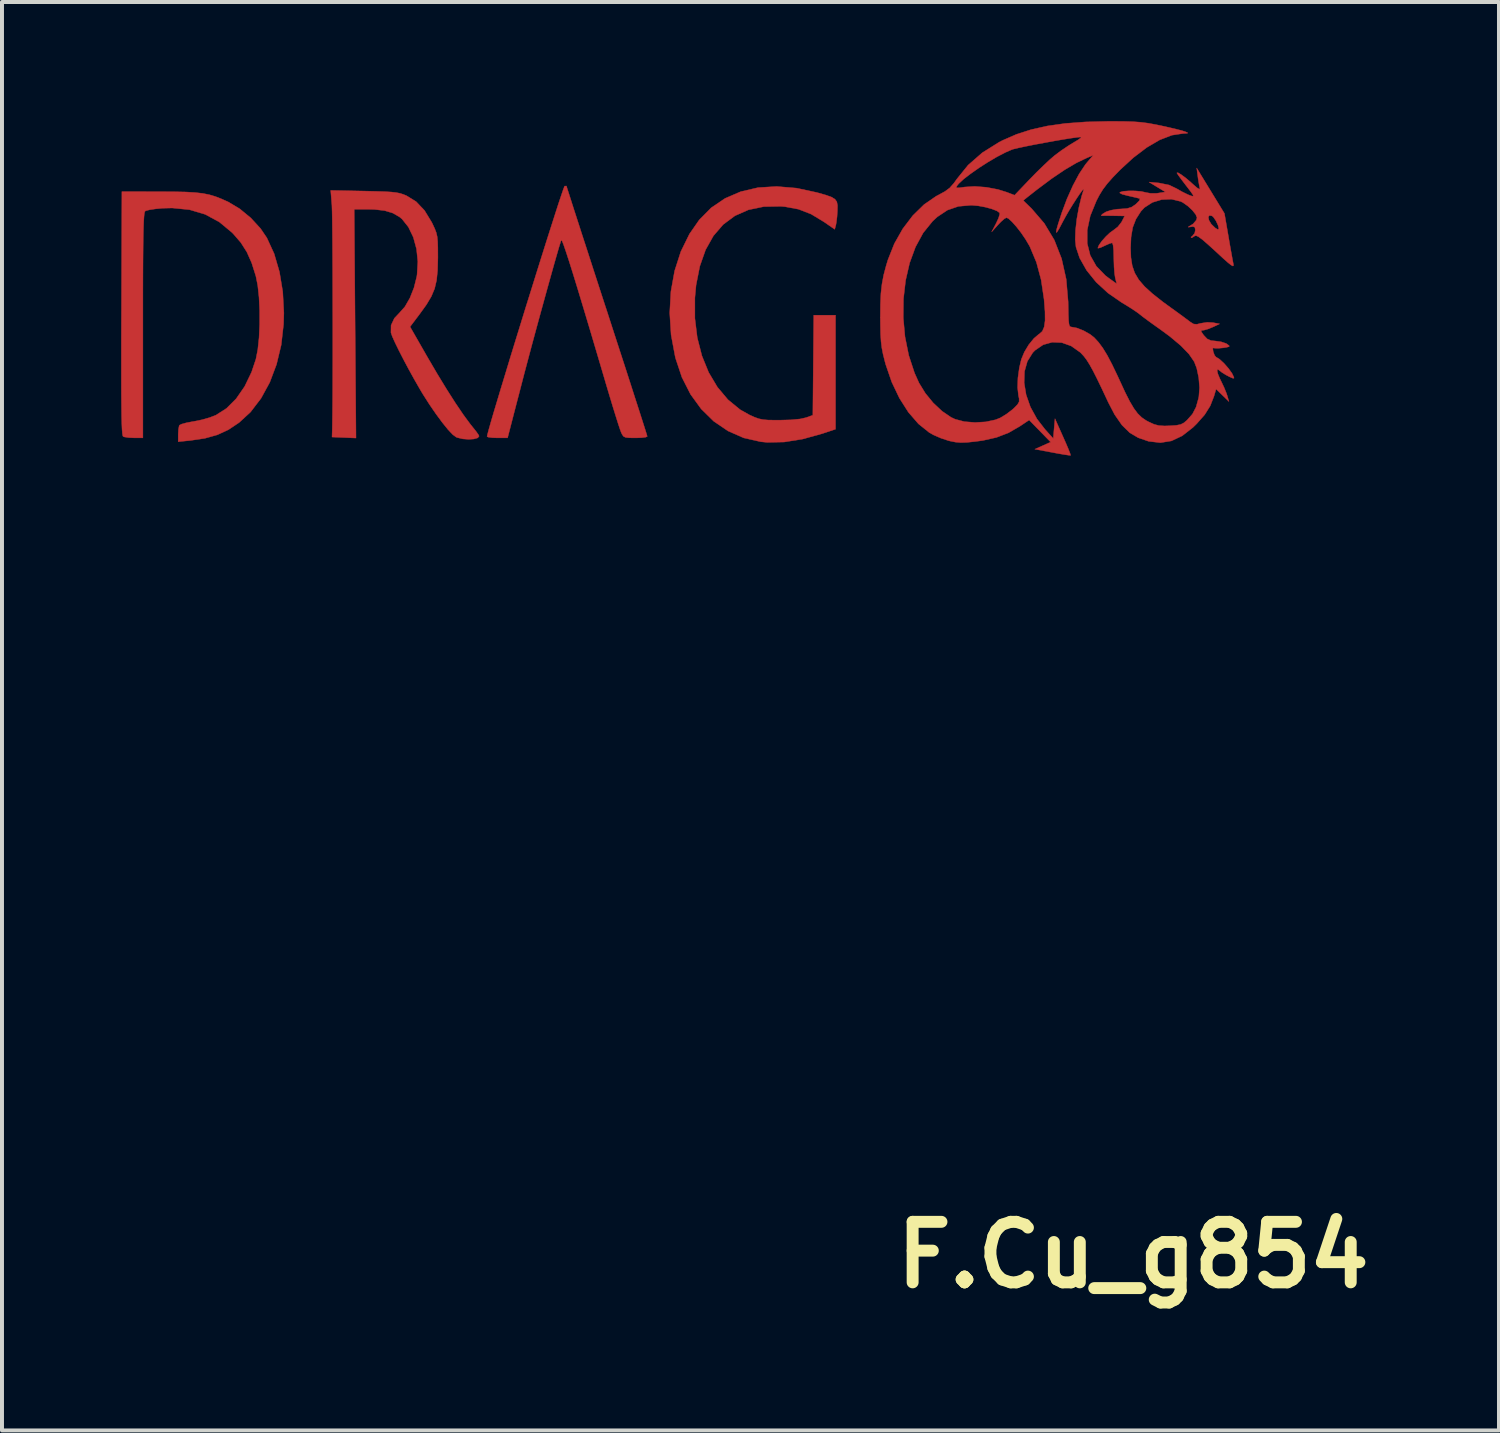
<source format=kicad_pcb>
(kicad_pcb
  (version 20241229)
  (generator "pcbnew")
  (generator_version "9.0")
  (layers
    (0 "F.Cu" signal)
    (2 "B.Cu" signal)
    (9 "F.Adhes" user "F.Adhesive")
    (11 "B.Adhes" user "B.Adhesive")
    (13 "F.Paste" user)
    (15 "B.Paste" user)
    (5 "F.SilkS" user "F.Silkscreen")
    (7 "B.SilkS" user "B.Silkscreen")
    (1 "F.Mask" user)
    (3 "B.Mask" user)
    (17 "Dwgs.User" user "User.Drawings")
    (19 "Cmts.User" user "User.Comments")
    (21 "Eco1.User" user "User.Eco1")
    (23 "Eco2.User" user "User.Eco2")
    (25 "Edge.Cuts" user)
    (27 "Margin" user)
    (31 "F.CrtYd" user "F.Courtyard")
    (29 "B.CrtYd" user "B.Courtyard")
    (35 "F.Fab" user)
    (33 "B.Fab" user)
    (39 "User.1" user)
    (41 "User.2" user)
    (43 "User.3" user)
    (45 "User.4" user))
  (footprint "F.Cu_g854"
    (layer "F.Cu")
    (at 25.482 28.55)
    (property "Reference" "F.Cu_g854" (at 0 0 0) (layer "F.SilkS") (effects (font (size 1.524 1.524) (thickness 0.3))))
    (attr through_hole)
    (fp_poly (pts (xy -8.475 -26.863) (xy -7.96 -26.752) (xy -7.745 -26.691) (xy -7.598 -26.639) (xy -7.508 -26.585) (xy -7.461 -26.519) (xy -7.444 -26.429) (xy -7.446 -26.304) (xy -7.446 -26.297) (xy -7.456 -26.139) (xy -7.473 -26) (xy -7.485 -25.933) (xy -7.514 -25.826) (xy -7.786 -26.014) (xy -8.107 -26.208) (xy -8.426 -26.332) (xy -8.77 -26.396) (xy -8.873 -26.405) (xy -9.301 -26.397) (xy -9.686 -26.317) (xy -10.026 -26.167) (xy -10.321 -25.948) (xy -10.568 -25.662) (xy -10.765 -25.311) (xy -10.911 -24.897) (xy -11.005 -24.421) (xy -11.035 -24.099) (xy -11.035 -23.587) (xy -10.975 -23.098) (xy -10.858 -22.641) (xy -10.688 -22.223) (xy -10.468 -21.853) (xy -10.204 -21.538) (xy -9.897 -21.286) (xy -9.665 -21.155) (xy -9.535 -21.096) (xy -9.427 -21.057) (xy -9.319 -21.034) (xy -9.186 -21.023) (xy -9.004 -21.021) (xy -8.89 -21.021) (xy -8.605 -21.029) (xy -8.383 -21.051) (xy -8.234 -21.085) (xy -8.234 -21.085) (xy -8.065 -21.146) (xy -8.042 -23.664) (xy -7.493 -23.664) (xy -7.493 -20.793) (xy -7.832 -20.68) (xy -8.323 -20.544) (xy -8.786 -20.47) (xy -9.212 -20.461) (xy -9.377 -20.477) (xy -9.806 -20.574) (xy -10.201 -20.748) (xy -10.559 -20.991) (xy -10.875 -21.301) (xy -11.144 -21.671) (xy -11.361 -22.098) (xy -11.521 -22.577) (xy -11.53 -22.613) (xy -11.634 -23.168) (xy -11.669 -23.721) (xy -11.639 -24.261) (xy -11.545 -24.78) (xy -11.389 -25.265) (xy -11.172 -25.708) (xy -10.926 -26.062) (xy -10.624 -26.368) (xy -10.273 -26.606) (xy -9.879 -26.775) (xy -9.445 -26.876) (xy -8.976 -26.905) (xy -8.475 -26.863)) (stroke (width 0.01) (type solid)) (fill yes) (layer "F.Cu"))
    (fp_poly (pts (xy -24.511 -26.774) (xy -24.149 -26.772) (xy -23.857 -26.766) (xy -23.621 -26.752) (xy -23.425 -26.73) (xy -23.257 -26.696) (xy -23.101 -26.649) (xy -22.942 -26.586) (xy -22.783 -26.514) (xy -22.495 -26.342) (xy -22.216 -26.112) (xy -21.972 -25.846) (xy -21.813 -25.612) (xy -21.629 -25.212) (xy -21.495 -24.754) (xy -21.412 -24.253) (xy -21.384 -23.721) (xy -21.392 -23.435) (xy -21.451 -22.915) (xy -21.569 -22.425) (xy -21.739 -21.973) (xy -21.96 -21.569) (xy -22.225 -21.223) (xy -22.511 -20.96) (xy -22.78 -20.78) (xy -23.059 -20.651) (xy -23.373 -20.563) (xy -23.744 -20.508) (xy -23.757 -20.507) (xy -24.045 -20.478) (xy -24.045 -20.664) (xy -24.038 -20.788) (xy -24.021 -20.877) (xy -24.013 -20.894) (xy -23.959 -20.921) (xy -23.843 -20.953) (xy -23.689 -20.983) (xy -23.652 -20.989) (xy -23.454 -21.029) (xy -23.255 -21.085) (xy -23.097 -21.146) (xy -22.829 -21.317) (xy -22.585 -21.561) (xy -22.372 -21.869) (xy -22.198 -22.23) (xy -22.088 -22.558) (xy -22.041 -22.798) (xy -22.009 -23.097) (xy -21.994 -23.432) (xy -21.994 -23.778) (xy -22.01 -24.113) (xy -22.042 -24.411) (xy -22.089 -24.646) (xy -22.195 -24.981) (xy -22.317 -25.255) (xy -22.468 -25.492) (xy -22.66 -25.714) (xy -22.687 -25.742) (xy -23.01 -26.01) (xy -23.367 -26.203) (xy -23.761 -26.32) (xy -24.195 -26.363) (xy -24.443 -26.357) (xy -24.619 -26.34) (xy -24.765 -26.318) (xy -24.859 -26.293) (xy -24.877 -26.284) (xy -24.889 -26.262) (xy -24.899 -26.212) (xy -24.907 -26.129) (xy -24.914 -26.008) (xy -24.92 -25.842) (xy -24.925 -25.627) (xy -24.928 -25.357) (xy -24.931 -25.026) (xy -24.933 -24.629) (xy -24.934 -24.16) (xy -24.934 -23.614) (xy -24.934 -23.405) (xy -24.934 -20.574) (xy -25.157 -20.575) (xy -25.293 -20.581) (xy -25.398 -20.597) (xy -25.432 -20.609) (xy -25.442 -20.632) (xy -25.451 -20.689) (xy -25.459 -20.786) (xy -25.465 -20.927) (xy -25.47 -21.117) (xy -25.473 -21.362) (xy -25.476 -21.665) (xy -25.477 -22.033) (xy -25.477 -22.469) (xy -25.477 -22.979) (xy -25.475 -23.568) (xy -25.474 -23.709) (xy -25.463 -26.776) (xy -24.511 -26.774)) (stroke (width 0.01) (type solid)) (fill yes) (layer "F.Cu"))
    (fp_poly (pts (xy -14.266 -26.909) (xy -14.254 -26.866) (xy -14.216 -26.749) (xy -14.157 -26.564) (xy -14.078 -26.317) (xy -13.98 -26.014) (xy -13.866 -25.661) (xy -13.737 -25.265) (xy -13.597 -24.832) (xy -13.446 -24.367) (xy -13.287 -23.878) (xy -13.25 -23.767) (xy -13.09 -23.272) (xy -12.937 -22.801) (xy -12.793 -22.359) (xy -12.662 -21.953) (xy -12.545 -21.589) (xy -12.443 -21.273) (xy -12.359 -21.011) (xy -12.295 -20.81) (xy -12.253 -20.675) (xy -12.235 -20.613) (xy -12.234 -20.61) (xy -12.273 -20.592) (xy -12.375 -20.579) (xy -12.519 -20.574) (xy -12.531 -20.574) (xy -12.687 -20.576) (xy -12.781 -20.586) (xy -12.835 -20.614) (xy -12.871 -20.669) (xy -12.891 -20.712) (xy -12.919 -20.787) (xy -12.967 -20.932) (xy -13.031 -21.135) (xy -13.108 -21.384) (xy -13.193 -21.666) (xy -13.284 -21.971) (xy -13.296 -22.013) (xy -13.503 -22.713) (xy -13.687 -23.333) (xy -13.849 -23.873) (xy -13.989 -24.336) (xy -14.108 -24.723) (xy -14.206 -25.035) (xy -14.284 -25.273) (xy -14.341 -25.438) (xy -14.379 -25.533) (xy -14.398 -25.558) (xy -14.399 -25.557) (xy -14.419 -25.499) (xy -14.459 -25.369) (xy -14.515 -25.176) (xy -14.585 -24.931) (xy -14.666 -24.641) (xy -14.756 -24.318) (xy -14.852 -23.97) (xy -14.952 -23.607) (xy -15.052 -23.239) (xy -15.15 -22.876) (xy -15.243 -22.526) (xy -15.33 -22.199) (xy -15.389 -21.971) (xy -15.466 -21.673) (xy -15.539 -21.394) (xy -15.603 -21.147) (xy -15.655 -20.945) (xy -15.692 -20.801) (xy -15.71 -20.733) (xy -15.751 -20.574) (xy -16.001 -20.574) (xy -16.137 -20.579) (xy -16.235 -20.592) (xy -16.268 -20.606) (xy -16.26 -20.652) (xy -16.228 -20.772) (xy -16.176 -20.957) (xy -16.105 -21.2) (xy -16.017 -21.493) (xy -15.916 -21.83) (xy -15.803 -22.201) (xy -15.682 -22.601) (xy -15.553 -23.021) (xy -15.419 -23.454) (xy -15.284 -23.892) (xy -15.148 -24.327) (xy -15.015 -24.753) (xy -14.887 -25.162) (xy -14.766 -25.546) (xy -14.654 -25.897) (xy -14.554 -26.209) (xy -14.469 -26.473) (xy -14.399 -26.682) (xy -14.349 -26.829) (xy -14.319 -26.906) (xy -14.313 -26.915) (xy -14.269 -26.916) (xy -14.266 -26.909)) (stroke (width 0.01) (type solid)) (fill yes) (layer "F.Cu"))
    (fp_poly (pts (xy -19.363 -26.789) (xy -19.07 -26.782) (xy -18.847 -26.775) (xy -18.68 -26.765) (xy -18.556 -26.751) (xy -18.459 -26.732) (xy -18.376 -26.705) (xy -18.299 -26.674) (xy -18.054 -26.523) (xy -17.843 -26.301) (xy -17.661 -26.003) (xy -17.638 -25.956) (xy -17.584 -25.839) (xy -17.547 -25.741) (xy -17.524 -25.642) (xy -17.512 -25.521) (xy -17.507 -25.359) (xy -17.506 -25.135) (xy -17.506 -25.104) (xy -17.514 -24.793) (xy -17.539 -24.543) (xy -17.589 -24.331) (xy -17.672 -24.134) (xy -17.795 -23.928) (xy -17.955 -23.706) (xy -18.207 -23.372) (xy -17.775 -22.618) (xy -17.527 -22.194) (xy -17.288 -21.802) (xy -17.065 -21.452) (xy -16.863 -21.154) (xy -16.689 -20.918) (xy -16.622 -20.835) (xy -16.538 -20.729) (xy -16.482 -20.648) (xy -16.468 -20.617) (xy -16.505 -20.573) (xy -16.602 -20.546) (xy -16.735 -20.538) (xy -16.881 -20.549) (xy -17.015 -20.581) (xy -17.045 -20.593) (xy -17.131 -20.656) (xy -17.25 -20.782) (xy -17.393 -20.959) (xy -17.552 -21.174) (xy -17.719 -21.417) (xy -17.884 -21.676) (xy -17.959 -21.802) (xy -18.098 -22.044) (xy -18.238 -22.297) (xy -18.37 -22.545) (xy -18.488 -22.775) (xy -18.585 -22.974) (xy -18.654 -23.127) (xy -18.687 -23.221) (xy -18.688 -23.223) (xy -18.685 -23.41) (xy -18.602 -23.587) (xy -18.478 -23.718) (xy -18.338 -23.875) (xy -18.211 -24.095) (xy -18.108 -24.355) (xy -18.038 -24.635) (xy -18.03 -24.688) (xy -18.011 -25.012) (xy -18.044 -25.331) (xy -18.125 -25.627) (xy -18.249 -25.884) (xy -18.409 -26.085) (xy -18.469 -26.135) (xy -18.639 -26.234) (xy -18.846 -26.297) (xy -19.107 -26.327) (xy -19.279 -26.331) (xy -19.613 -26.331) (xy -19.591 -23.451) (xy -19.568 -20.57) (xy -19.87 -20.583) (xy -20.172 -20.595) (xy -20.166 -20.786) (xy -20.163 -20.955) (xy -20.16 -21.191) (xy -20.157 -21.483) (xy -20.155 -21.823) (xy -20.154 -22.202) (xy -20.153 -22.609) (xy -20.153 -23.037) (xy -20.153 -23.476) (xy -20.154 -23.917) (xy -20.155 -24.35) (xy -20.156 -24.767) (xy -20.158 -25.158) (xy -20.16 -25.514) (xy -20.163 -25.826) (xy -20.166 -26.085) (xy -20.17 -26.282) (xy -20.174 -26.406) (xy -20.175 -26.435) (xy -20.205 -26.806) (xy -19.363 -26.789)) (stroke (width 0.01) (type solid)) (fill yes) (layer "F.Cu"))
    (fp_poly (pts (xy -0.236 -28.543) (xy -0.003 -28.536) (xy 0.193 -28.522) (xy 0.377 -28.498) (xy 0.573 -28.462) (xy 0.699 -28.436) (xy 0.906 -28.39) (xy 1.091 -28.346) (xy 1.234 -28.309) (xy 1.312 -28.284) (xy 1.374 -28.257) (xy 1.368 -28.244) (xy 1.287 -28.24) (xy 1.258 -28.239) (xy 0.977 -28.196) (xy 0.67 -28.078) (xy 0.344 -27.887) (xy 0.004 -27.629) (xy -0.321 -27.33) (xy -0.511 -27.135) (xy -0.652 -26.976) (xy -0.761 -26.832) (xy -0.852 -26.684) (xy -0.925 -26.543) (xy -1.08 -26.163) (xy -1.156 -25.805) (xy -1.156 -25.472) (xy -1.08 -25.169) (xy -0.927 -24.898) (xy -0.699 -24.662) (xy -0.619 -24.601) (xy -0.413 -24.454) (xy -0.45 -24.599) (xy -0.467 -24.709) (xy -0.48 -24.873) (xy -0.486 -25.061) (xy -0.487 -25.114) (xy -0.492 -25.302) (xy -0.505 -25.429) (xy -0.526 -25.483) (xy -0.531 -25.485) (xy -0.594 -25.467) (xy -0.697 -25.422) (xy -0.732 -25.405) (xy -0.828 -25.362) (xy -0.884 -25.35) (xy -0.889 -25.356) (xy -0.86 -25.428) (xy -0.786 -25.532) (xy -0.686 -25.644) (xy -0.582 -25.742) (xy -0.505 -25.796) (xy -0.386 -25.888) (xy -0.292 -26.008) (xy -0.287 -26.018) (xy -0.213 -26.162) (xy -0.477 -26.167) (xy -0.62 -26.169) (xy -0.728 -26.169) (xy -0.773 -26.167) (xy -0.806 -26.174) (xy -0.774 -26.209) (xy -0.687 -26.263) (xy -0.677 -26.268) (xy -0.561 -26.306) (xy -0.405 -26.333) (xy -0.306 -26.339) (xy -0.149 -26.351) (xy -0.038 -26.385) (xy 0.062 -26.453) (xy 0.076 -26.466) (xy 0.157 -26.548) (xy 0.172 -26.595) (xy 0.161 -26.602) (xy 0.092 -26.62) (xy -0.03 -26.648) (xy -0.139 -26.673) (xy -0.276 -26.709) (xy -0.336 -26.742) (xy -0.33 -26.761) (xy -0.247 -26.784) (xy -0.111 -26.794) (xy 0.049 -26.793) (xy 0.201 -26.78) (xy 0.316 -26.755) (xy 0.322 -26.753) (xy 0.437 -26.732) (xy 0.583 -26.732) (xy 0.625 -26.737) (xy 0.813 -26.766) (xy 0.607 -26.89) (xy 0.402 -27.015) (xy 0.652 -26.993) (xy 0.907 -26.941) (xy 1.098 -26.849) (xy 1.238 -26.769) (xy 1.373 -26.703) (xy 1.428 -26.68) (xy 1.489 -26.661) (xy 1.516 -26.663) (xy 1.504 -26.698) (xy 1.449 -26.777) (xy 1.347 -26.91) (xy 1.33 -26.932) (xy 1.228 -27.066) (xy 1.149 -27.173) (xy 1.106 -27.237) (xy 1.101 -27.247) (xy 1.129 -27.251) (xy 1.205 -27.207) (xy 1.314 -27.127) (xy 1.441 -27.021) (xy 1.495 -26.971) (xy 1.61 -26.871) (xy 1.671 -26.834) (xy 1.681 -26.857) (xy 1.68 -26.86) (xy 1.661 -26.952) (xy 1.638 -27.087) (xy 1.629 -27.157) (xy 1.601 -27.369) (xy 2.299 -26.226) (xy 2.398 -25.654) (xy 2.436 -25.432) (xy 2.472 -25.231) (xy 2.501 -25.069) (xy 2.521 -24.967) (xy 2.523 -24.956) (xy 2.528 -24.914) (xy 2.512 -24.902) (xy 2.466 -24.926) (xy 2.384 -24.991) (xy 2.257 -25.104) (xy 2.078 -25.27) (xy 1.884 -25.446) (xy 1.743 -25.568) (xy 1.645 -25.64) (xy 1.584 -25.667) (xy 1.556 -25.661) (xy 1.488 -25.618) (xy 1.463 -25.613) (xy 1.456 -25.63) (xy 1.492 -25.657) (xy 1.55 -25.73) (xy 1.566 -25.805) (xy 1.555 -25.878) (xy 1.504 -25.895) (xy 1.45 -25.887) (xy 1.387 -25.88) (xy 1.394 -25.891) (xy 1.397 -25.892) (xy 1.511 -25.963) (xy 1.589 -26.055) (xy 1.609 -26.118) (xy 1.602 -26.135) (xy 1.893 -26.135) (xy 1.908 -26.057) (xy 1.964 -25.962) (xy 1.984 -25.94) (xy 2.07 -25.858) (xy 2.134 -25.821) (xy 2.159 -25.838) (xy 2.137 -25.93) (xy 2.085 -26.041) (xy 2.022 -26.133) (xy 1.988 -26.163) (xy 1.92 -26.176) (xy 1.893 -26.135) (xy 1.602 -26.135) (xy 1.576 -26.2) (xy 1.492 -26.305) (xy 1.378 -26.412) (xy 1.256 -26.498) (xy 1.197 -26.528) (xy 0.964 -26.585) (xy 0.719 -26.574) (xy 0.485 -26.503) (xy 0.286 -26.375) (xy 0.196 -26.279) (xy 0.071 -26.083) (xy -0.01 -25.874) (xy -0.052 -25.63) (xy -0.064 -25.358) (xy -0.055 -25.117) (xy -0.023 -24.911) (xy 0.04 -24.728) (xy 0.141 -24.557) (xy 0.288 -24.386) (xy 0.489 -24.203) (xy 0.751 -23.997) (xy 0.947 -23.854) (xy 1.115 -23.733) (xy 1.267 -23.622) (xy 1.384 -23.535) (xy 1.439 -23.493) (xy 1.524 -23.441) (xy 1.608 -23.435) (xy 1.699 -23.459) (xy 1.867 -23.485) (xy 2.015 -23.476) (xy 2.178 -23.445) (xy 2.01 -23.366) (xy 1.887 -23.316) (xy 1.784 -23.287) (xy 1.762 -23.285) (xy 1.716 -23.278) (xy 1.717 -23.247) (xy 1.768 -23.172) (xy 1.784 -23.152) (xy 1.867 -23.065) (xy 1.963 -23.024) (xy 2.076 -23.013) (xy 2.217 -22.993) (xy 2.337 -22.953) (xy 2.363 -22.938) (xy 2.418 -22.896) (xy 2.418 -22.872) (xy 2.354 -22.855) (xy 2.267 -22.841) (xy 2.142 -22.83) (xy 2.051 -22.833) (xy 2.03 -22.84) (xy 2.005 -22.829) (xy 2.016 -22.747) (xy 2.049 -22.656) (xy 2.085 -22.612) (xy 2.18 -22.552) (xy 2.291 -22.449) (xy 2.4 -22.324) (xy 2.488 -22.202) (xy 2.536 -22.103) (xy 2.54 -22.078) (xy 2.509 -22.077) (xy 2.431 -22.11) (xy 2.333 -22.162) (xy 2.238 -22.221) (xy 2.191 -22.258) (xy 2.135 -22.3) (xy 2.118 -22.283) (xy 2.117 -22.257) (xy 2.135 -22.183) (xy 2.183 -22.067) (xy 2.223 -21.985) (xy 2.293 -21.837) (xy 2.351 -21.693) (xy 2.37 -21.635) (xy 2.412 -21.489) (xy 2.25 -21.647) (xy 2.089 -21.805) (xy 2.036 -21.623) (xy 1.942 -21.382) (xy 1.802 -21.158) (xy 1.601 -20.93) (xy 1.505 -20.836) (xy 1.236 -20.626) (xy 0.965 -20.498) (xy 0.686 -20.453) (xy 0.39 -20.488) (xy 0.128 -20.578) (xy -0.087 -20.705) (xy -0.282 -20.897) (xy -0.465 -21.16) (xy -0.623 -21.463) (xy -0.778 -21.794) (xy -0.905 -22.057) (xy -1.009 -22.263) (xy -1.097 -22.421) (xy -1.173 -22.542) (xy -1.244 -22.635) (xy -1.314 -22.71) (xy -1.334 -22.729) (xy -1.559 -22.888) (xy -1.797 -22.973) (xy -2.037 -22.983) (xy -2.265 -22.919) (xy -2.47 -22.779) (xy -2.528 -22.719) (xy -2.663 -22.503) (xy -2.735 -22.247) (xy -2.744 -21.961) (xy -2.694 -21.658) (xy -2.586 -21.351) (xy -2.422 -21.052) (xy -2.218 -20.788) (xy -2.011 -20.558) (xy -1.99 -20.808) (xy -1.968 -21.058) (xy -1.764 -20.601) (xy -1.685 -20.422) (xy -1.623 -20.275) (xy -1.584 -20.173) (xy -1.573 -20.134) (xy -1.618 -20.137) (xy -1.728 -20.153) (xy -1.886 -20.18) (xy -2.031 -20.207) (xy -2.475 -20.29) (xy -2.275 -20.379) (xy -2.076 -20.468) (xy -2.347 -20.746) (xy -2.618 -21.024) (xy -2.854 -20.866) (xy -3.138 -20.702) (xy -3.44 -20.586) (xy -3.786 -20.508) (xy -3.973 -20.483) (xy -4.182 -20.461) (xy -4.339 -20.456) (xy -4.472 -20.467) (xy -4.612 -20.495) (xy -4.655 -20.506) (xy -4.839 -20.567) (xy -5.025 -20.648) (xy -5.133 -20.708) (xy -5.406 -20.928) (xy -5.659 -21.22) (xy -5.885 -21.575) (xy -6.078 -21.98) (xy -6.231 -22.425) (xy -6.251 -22.5) (xy -6.296 -22.679) (xy -6.327 -22.837) (xy -6.347 -22.997) (xy -6.359 -23.182) (xy -6.364 -23.415) (xy -6.366 -23.597) (xy -5.788 -23.597) (xy -5.744 -23.119) (xy -5.65 -22.652) (xy -5.504 -22.208) (xy -5.391 -21.957) (xy -5.232 -21.698) (xy -5.033 -21.455) (xy -4.811 -21.247) (xy -4.586 -21.093) (xy -4.481 -21.044) (xy -4.249 -20.983) (xy -3.981 -20.962) (xy -3.709 -20.978) (xy -3.463 -21.031) (xy -3.344 -21.079) (xy -3.191 -21.172) (xy -3.039 -21.288) (xy -3 -21.323) (xy -2.91 -21.415) (xy -2.871 -21.485) (xy -2.871 -21.565) (xy -2.888 -21.646) (xy -2.909 -21.842) (xy -2.901 -22.084) (xy -2.865 -22.343) (xy -2.815 -22.552) (xy -2.739 -22.735) (xy -2.628 -22.92) (xy -2.5 -23.078) (xy -2.374 -23.185) (xy -2.36 -23.193) (xy -2.287 -23.258) (xy -2.24 -23.367) (xy -2.217 -23.528) (xy -2.219 -23.753) (xy -2.242 -24.049) (xy -2.242 -24.055) (xy -2.317 -24.556) (xy -2.435 -24.995) (xy -2.598 -25.384) (xy -2.613 -25.413) (xy -2.708 -25.574) (xy -2.82 -25.739) (xy -2.939 -25.892) (xy -3.05 -26.016) (xy -3.14 -26.098) (xy -3.19 -26.12) (xy -3.243 -26.091) (xy -3.328 -26.016) (xy -3.401 -25.94) (xy -3.563 -25.76) (xy -3.449 -25.978) (xy -3.391 -26.103) (xy -3.361 -26.2) (xy -3.361 -26.24) (xy -3.428 -26.289) (xy -3.556 -26.339) (xy -3.72 -26.384) (xy -3.898 -26.417) (xy -4.065 -26.432) (xy -4.085 -26.432) (xy -4.401 -26.404) (xy -4.676 -26.309) (xy -4.93 -26.14) (xy -5.05 -26.029) (xy -5.287 -25.736) (xy -5.48 -25.381) (xy -5.628 -24.978) (xy -5.729 -24.539) (xy -5.783 -24.074) (xy -5.788 -23.597) (xy -6.366 -23.597) (xy -6.366 -23.601) (xy -6.363 -23.935) (xy -6.351 -24.21) (xy -6.324 -24.448) (xy -6.282 -24.673) (xy -6.219 -24.91) (xy -6.173 -25.061) (xy -6.013 -25.464) (xy -5.801 -25.839) (xy -5.548 -26.172) (xy -5.264 -26.45) (xy -5.115 -26.552) (xy -2.767 -26.552) (xy -2.556 -26.347) (xy -2.237 -25.976) (xy -1.985 -25.557) (xy -1.801 -25.087) (xy -1.685 -24.568) (xy -1.636 -23.997) (xy -1.635 -23.908) (xy -1.631 -23.683) (xy -1.625 -23.53) (xy -1.614 -23.435) (xy -1.597 -23.386) (xy -1.571 -23.369) (xy -1.561 -23.368) (xy -1.419 -23.342) (xy -1.248 -23.275) (xy -1.084 -23.182) (xy -0.982 -23.102) (xy -0.871 -22.982) (xy -0.764 -22.837) (xy -0.653 -22.656) (xy -0.532 -22.426) (xy -0.391 -22.132) (xy -0.339 -22.019) (xy -0.201 -21.721) (xy -0.084 -21.49) (xy 0.019 -21.316) (xy 0.116 -21.186) (xy 0.215 -21.089) (xy 0.325 -21.013) (xy 0.391 -20.978) (xy 0.527 -20.916) (xy 0.648 -20.884) (xy 0.79 -20.875) (xy 0.919 -20.879) (xy 1.086 -20.89) (xy 1.197 -20.912) (xy 1.278 -20.953) (xy 1.356 -21.019) (xy 1.494 -21.175) (xy 1.585 -21.35) (xy 1.647 -21.573) (xy 1.655 -21.611) (xy 1.672 -21.838) (xy 1.652 -22.09) (xy 1.601 -22.33) (xy 1.538 -22.493) (xy 1.407 -22.684) (xy 1.2 -22.898) (xy 0.923 -23.13) (xy 0.699 -23.295) (xy 0.523 -23.42) (xy 0.364 -23.535) (xy 0.239 -23.628) (xy 0.169 -23.684) (xy 0.086 -23.746) (xy -0.047 -23.835) (xy -0.209 -23.936) (xy -0.29 -23.984) (xy -0.634 -24.222) (xy -0.931 -24.495) (xy -1.172 -24.794) (xy -1.348 -25.106) (xy -1.439 -25.379) (xy -1.458 -25.562) (xy -1.45 -25.803) (xy -1.419 -26.081) (xy -1.367 -26.372) (xy -1.298 -26.656) (xy -1.247 -26.818) (xy -1.248 -26.841) (xy -1.283 -26.803) (xy -1.346 -26.717) (xy -1.427 -26.596) (xy -1.519 -26.453) (xy -1.613 -26.3) (xy -1.7 -26.149) (xy -1.774 -26.013) (xy -1.783 -25.995) (xy -1.866 -25.838) (xy -1.917 -25.756) (xy -1.938 -25.748) (xy -1.928 -25.817) (xy -1.887 -25.963) (xy -1.815 -26.186) (xy -1.799 -26.236) (xy -1.665 -26.595) (xy -1.515 -26.93) (xy -1.358 -27.224) (xy -1.202 -27.458) (xy -1.156 -27.514) (xy -1.004 -27.692) (xy -1.169 -27.623) (xy -1.429 -27.498) (xy -1.721 -27.326) (xy -2.052 -27.102) (xy -2.428 -26.821) (xy -2.664 -26.635) (xy -2.767 -26.552) (xy -5.115 -26.552) (xy -4.96 -26.66) (xy -4.906 -26.688) (xy -4.736 -26.781) (xy -4.614 -26.872) (xy -4.6 -26.889) (xy -4.453 -26.889) (xy -4.441 -26.87) (xy -4.376 -26.872) (xy -4.242 -26.891) (xy -4.242 -26.891) (xy -3.989 -26.907) (xy -3.698 -26.885) (xy -3.406 -26.83) (xy -3.19 -26.763) (xy -2.985 -26.685) (xy -2.599 -27.09) (xy -2.429 -27.264) (xy -2.253 -27.435) (xy -2.094 -27.584) (xy -1.975 -27.686) (xy -1.809 -27.81) (xy -1.623 -27.935) (xy -1.493 -28.014) (xy -1.38 -28.082) (xy -1.315 -28.131) (xy -1.311 -28.151) (xy -1.312 -28.151) (xy -1.401 -28.143) (xy -1.555 -28.122) (xy -1.757 -28.09) (xy -1.99 -28.05) (xy -2.236 -28.005) (xy -2.479 -27.96) (xy -2.7 -27.916) (xy -2.883 -27.877) (xy -3.009 -27.847) (xy -3.047 -27.836) (xy -3.221 -27.76) (xy -3.43 -27.651) (xy -3.656 -27.518) (xy -3.882 -27.373) (xy -4.09 -27.227) (xy -4.266 -27.092) (xy -4.39 -26.977) (xy -4.427 -26.932) (xy -4.453 -26.889) (xy -4.6 -26.889) (xy -4.512 -26.989) (xy -4.44 -27.09) (xy -4.155 -27.443) (xy -3.799 -27.754) (xy -3.378 -28.018) (xy -3.287 -28.065) (xy -2.939 -28.217) (xy -2.567 -28.337) (xy -2.161 -28.428) (xy -1.71 -28.492) (xy -1.2 -28.53) (xy -0.622 -28.545) (xy -0.529 -28.545) (xy -0.236 -28.543)) (stroke (width 0.01) (type solid)) (fill yes) (layer "F.Cu")))
  (gr_rect
    (start -3 -3)
    (end 34.694 32.968)
    (stroke (width 0.1) (type default))
    (fill no)
    (layer "Edge.Cuts")))
</source>
